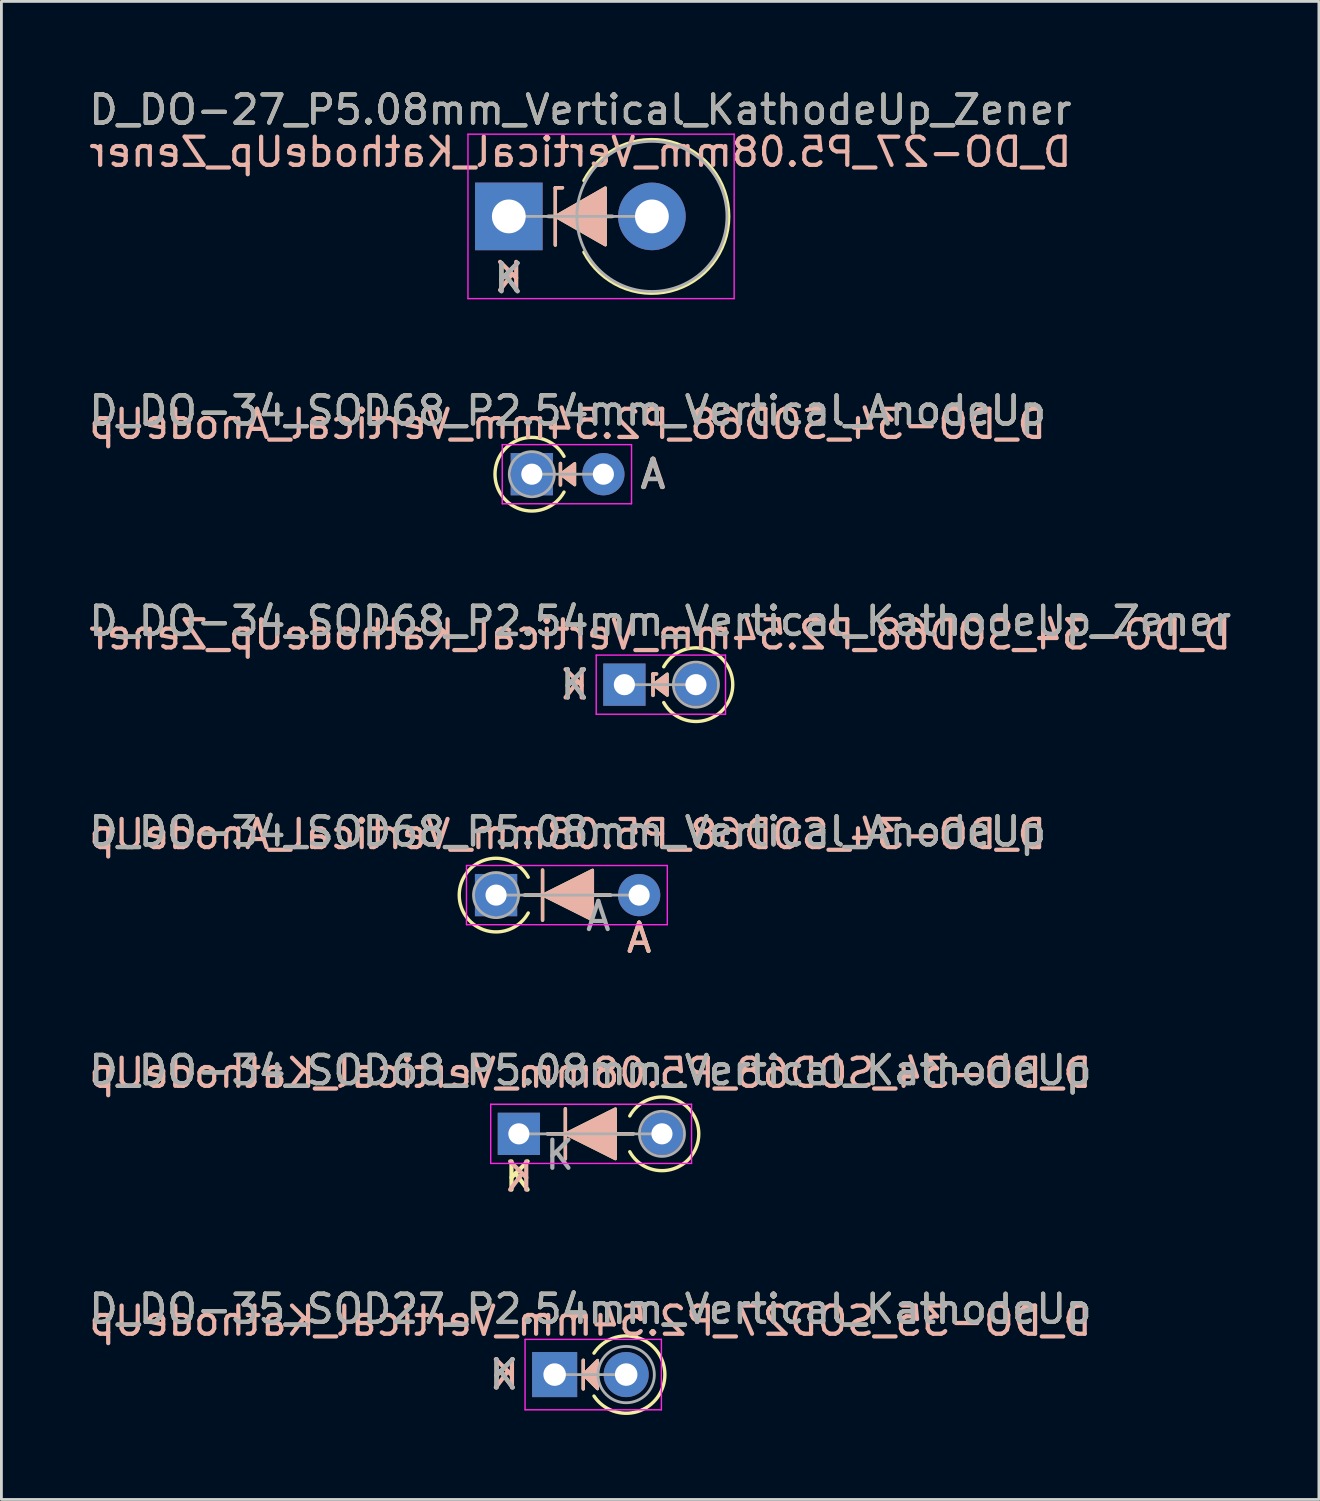
<source format=kicad_pcb>
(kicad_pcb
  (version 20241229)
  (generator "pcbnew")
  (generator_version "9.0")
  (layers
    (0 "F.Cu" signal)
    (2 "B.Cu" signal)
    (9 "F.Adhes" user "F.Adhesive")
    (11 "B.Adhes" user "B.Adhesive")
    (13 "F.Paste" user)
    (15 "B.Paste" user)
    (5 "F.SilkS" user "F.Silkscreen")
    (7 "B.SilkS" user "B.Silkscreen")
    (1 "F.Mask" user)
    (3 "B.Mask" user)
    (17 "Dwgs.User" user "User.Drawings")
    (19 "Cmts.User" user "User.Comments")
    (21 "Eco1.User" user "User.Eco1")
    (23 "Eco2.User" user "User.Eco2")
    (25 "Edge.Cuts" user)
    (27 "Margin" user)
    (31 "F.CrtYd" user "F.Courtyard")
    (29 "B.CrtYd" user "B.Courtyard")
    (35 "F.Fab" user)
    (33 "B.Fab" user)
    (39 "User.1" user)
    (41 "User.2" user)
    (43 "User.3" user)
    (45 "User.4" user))
  (footprint "D_DO-34_SOD68_P2.54mm_Vertical_AnodeUp"
    (layer "F.Cu")
    (at 15.831 13.785)
    (property "Reference" "D_DO-34_SOD68_P2.54mm_Vertical_AnodeUp" (at 1.27 -2.256 0) (layer "F.SilkS") (effects (font (size 1 1) (thickness 0.15))))
    (fp_line (start 1.016 -0.381) (end 1.016 0.381) (stroke (width 0.12) (type solid)) (layer "F.SilkS"))
    (fp_arc (start 1.142999 0.635) (mid -1.307544 0) (end 1.142999 -0.634999) (stroke (width 0.12) (type solid)) (layer "F.SilkS"))
    (fp_poly (pts (xy 1.524 0.381) (xy 1.016 0) (xy 1.524 -0.381)) (stroke (width 0.1) (type solid)) (fill yes) (layer "F.SilkS"))
    (fp_line (start 1.016 0.381) (end 1.016 -0.381) (stroke (width 0.12) (type solid)) (layer "B.SilkS"))
    (fp_poly (pts (xy 1.524 -0.381) (xy 1.016 0) (xy 1.524 0.381)) (stroke (width 0.1) (type solid)) (fill yes) (layer "B.SilkS"))
    (fp_line (start -1.05 -1.05) (end -1.05 1.05) (stroke (width 0.05) (type solid)) (layer "F.CrtYd"))
    (fp_line (start -1.05 1.05) (end 3.54 1.05) (stroke (width 0.05) (type solid)) (layer "F.CrtYd"))
    (fp_line (start 3.54 -1.05) (end -1.05 -1.05) (stroke (width 0.05) (type solid)) (layer "F.CrtYd"))
    (fp_line (start 3.54 1.05) (end 3.54 -1.05) (stroke (width 0.05) (type solid)) (layer "F.CrtYd"))
    (fp_line (start 0 0) (end 2.54 0) (stroke (width 0.1) (type solid)) (layer "F.Fab"))
    (fp_circle (center 0 0) (end 0.8 0) (stroke (width 0.1) (type solid)) (fill no) (layer "F.Fab"))
    (fp_text user "A" (at 4.29 0 0) (layer "F.SilkS") (effects (font (size 1 1) (thickness 0.15))))
    (fp_text user "A" (at 4.318 0 0) (layer "B.SilkS") (effects (font (size 1 1) (thickness 0.15)) (justify mirror)))
    (fp_text user "${REFERENCE}" (at 1.27 -1.778 0) (layer "B.SilkS") (effects (font (size 1 1) (thickness 0.15)) (justify mirror)))
    (fp_text user "${REFERENCE}" (at 1.27 -2.256 0) (layer "F.Fab") (effects (font (size 1 1) (thickness 0.15))))
    (fp_text user "A" (at 4.29 0 0) (layer "F.Fab") (effects (font (size 1 1) (thickness 0.15))))
    (pad "1" thru_hole rect (at 0 0) (size 1.5 1.5) (drill 0.75) (layers "*.Cu" "*.Mask"))
    (pad "2" thru_hole oval (at 2.54 0) (size 1.5 1.5) (drill 0.75) (layers "*.Cu" "*.Mask")))
  (footprint "D_DO-27_P5.08mm_Vertical_KathodeUp_Zener"
    (layer "F.Cu")
    (at 15.014 4.633)
    (property "Reference" "D_DO-27_P5.08mm_Vertical_KathodeUp_Zener" (at 2.54 -3.785 0) (layer "F.SilkS") (effects (font (size 1 1) (thickness 0.15))))
    (fp_line (start 1.397 0) (end 3.683 0) (stroke (width 0.12) (type solid)) (layer "F.SilkS"))
    (fp_line (start 1.651 -1.016) (end 1.651 1.016) (stroke (width 0.12) (type solid)) (layer "F.SilkS"))
    (fp_line (start 1.651 -1.016) (end 1.905 -1.016) (stroke (width 0.12) (type solid)) (layer "F.SilkS"))
    (fp_arc (start 2.667001 -1.27) (mid 7.806805 0) (end 2.667001 1.269999) (stroke (width 0.12) (type solid)) (layer "F.SilkS"))
    (fp_poly (pts (xy 3.429 1.016) (xy 1.651 0) (xy 3.429 -1.016)) (stroke (width 0.1) (type solid)) (fill yes) (layer "F.SilkS"))
    (fp_line (start 1.397 0) (end 3.683 0) (stroke (width 0.12) (type solid)) (layer "B.SilkS"))
    (fp_line (start 1.651 -1.016) (end 1.905 -1.016) (stroke (width 0.12) (type solid)) (layer "B.SilkS"))
    (fp_line (start 1.651 1.016) (end 1.651 -1.016) (stroke (width 0.12) (type solid)) (layer "B.SilkS"))
    (fp_poly (pts (xy 3.429 -1.016) (xy 1.651 0) (xy 3.429 1.016)) (stroke (width 0.1) (type solid)) (fill yes) (layer "B.SilkS"))
    (fp_line (start -1.45 -2.92) (end -1.45 2.92) (stroke (width 0.05) (type solid)) (layer "F.CrtYd"))
    (fp_line (start -1.45 2.92) (end 8 2.92) (stroke (width 0.05) (type solid)) (layer "F.CrtYd"))
    (fp_line (start 8 -2.92) (end -1.45 -2.92) (stroke (width 0.05) (type solid)) (layer "F.CrtYd"))
    (fp_line (start 8 2.92) (end 8 -2.92) (stroke (width 0.05) (type solid)) (layer "F.CrtYd"))
    (fp_line (start 0 0) (end 5.08 0) (stroke (width 0.1) (type solid)) (layer "F.Fab"))
    (fp_circle (center 5.08 0) (end 7.745 0) (stroke (width 0.1) (type solid)) (fill no) (layer "F.Fab"))
    (fp_text user "K" (at 0 2.2 0) (layer "F.SilkS") (effects (font (size 1 1) (thickness 0.15))))
    (fp_text user "K" (at 0 2.159 0) (layer "B.SilkS") (effects (font (size 1 1) (thickness 0.15)) (justify mirror)))
    (fp_text user "${REFERENCE}" (at 2.54 -2.286 0) (layer "B.SilkS") (effects (font (size 1 1) (thickness 0.15)) (justify mirror)))
    (fp_text user "K" (at 0 2.2 0) (layer "F.Fab") (effects (font (size 1 1) (thickness 0.15))))
    (fp_text user "${REFERENCE}" (at 2.54 -3.785 0) (layer "F.Fab") (effects (font (size 1 1) (thickness 0.15))))
    (pad "1" thru_hole rect (at 0 0) (size 2.4 2.4) (drill 1.2) (layers "*.Cu" "*.Mask"))
    (pad "2" thru_hole oval (at 5.08 0) (size 2.4 2.4) (drill 1.2) (layers "*.Cu" "*.Mask")))
  (footprint "D_DO-34_SOD68_P5.08mm_Vertical_KathodeUp"
    (layer "F.Cu")
    (at 15.371 37.204)
    (property "Reference" "D_DO-34_SOD68_P5.08mm_Vertical_KathodeUp" (at 2.54 -2.256 0) (layer "F.SilkS") (effects (font (size 1 1) (thickness 0.15))))
    (fp_line (start 1.651 0.889) (end 1.651 -0.889) (stroke (width 0.12) (type solid)) (layer "F.SilkS"))
    (fp_line (start 4.064 0) (end 1.016 0) (stroke (width 0.12) (type solid)) (layer "F.SilkS"))
    (fp_arc (start 3.937 -0.634999) (mid 6.387543 0.000001) (end 3.937 0.635) (stroke (width 0.12) (type solid)) (layer "F.SilkS"))
    (fp_poly (pts (xy 3.429 0.889) (xy 1.651 0) (xy 3.429 -0.889)) (stroke (width 0.1) (type solid)) (fill yes) (layer "F.SilkS"))
    (fp_line (start 1.651 -0.889) (end 1.651 0.889) (stroke (width 0.12) (type solid)) (layer "B.SilkS"))
    (fp_line (start 4.064 0) (end 1.016 0) (stroke (width 0.12) (type solid)) (layer "B.SilkS"))
    (fp_poly (pts (xy 3.429 -0.889) (xy 1.651 0) (xy 3.429 0.889)) (stroke (width 0.1) (type solid)) (fill yes) (layer "B.SilkS"))
    (fp_line (start -1 -1.05) (end -1 1.05) (stroke (width 0.05) (type solid)) (layer "F.CrtYd"))
    (fp_line (start -1 1.05) (end 6.13 1.05) (stroke (width 0.05) (type solid)) (layer "F.CrtYd"))
    (fp_line (start 6.13 -1.05) (end -1 -1.05) (stroke (width 0.05) (type solid)) (layer "F.CrtYd"))
    (fp_line (start 6.13 1.05) (end 6.13 -1.05) (stroke (width 0.05) (type solid)) (layer "F.CrtYd"))
    (fp_line (start 0 0) (end 5.08 0) (stroke (width 0.1) (type solid)) (layer "F.Fab"))
    (fp_circle (center 5.08 0) (end 5.88 0) (stroke (width 0.1) (type solid)) (fill no) (layer "F.Fab"))
    (fp_text user "K" (at 0 1.524 0) (layer "F.SilkS") (effects (font (size 1 1) (thickness 0.15))))
    (fp_text user "${REFERENCE}" (at 2.54 -2.159 0) (layer "B.SilkS") (effects (font (size 1 1) (thickness 0.15)) (justify mirror)))
    (fp_text user "K" (at 0 1.524 0) (layer "B.SilkS") (effects (font (size 1 1) (thickness 0.15)) (justify mirror)))
    (fp_text user "${REFERENCE}" (at 2.54 -2.256 0) (layer "F.Fab") (effects (font (size 1 1) (thickness 0.15))))
    (fp_text user "K" (at 1.45 0.75 0) (layer "F.Fab") (effects (font (size 1 1) (thickness 0.15))))
    (pad "1" thru_hole rect (at 0 0) (size 1.5 1.5) (drill 0.75) (layers "*.Cu" "*.Mask"))
    (pad "2" thru_hole oval (at 5.08 0) (size 1.5 1.5) (drill 0.75) (layers "*.Cu" "*.Mask")))
  (footprint "D_DO-35_SOD27_P2.54mm_Vertical_KathodeUp"
    (layer "F.Cu")
    (at 16.641 45.751)
    (property "Reference" "D_DO-35_SOD27_P2.54mm_Vertical_KathodeUp" (at 1.27 -2.326 0) (layer "F.SilkS") (effects (font (size 1 1) (thickness 0.15))))
    (fp_line (start 1.016 -0.508) (end 1.016 0.508) (stroke (width 0.12) (type solid)) (layer "F.SilkS"))
    (fp_arc (start 1.397 -0.761998) (mid 3.913713 0.000001) (end 1.397 0.762) (stroke (width 0.12) (type solid)) (layer "F.SilkS"))
    (fp_poly (pts (xy 1.524 0.508) (xy 1.016 0) (xy 1.524 -0.508)) (stroke (width 0.1) (type solid)) (fill yes) (layer "F.SilkS"))
    (fp_line (start 1.016 0.508) (end 1.016 -0.508) (stroke (width 0.12) (type solid)) (layer "B.SilkS"))
    (fp_poly (pts (xy 1.524 -0.508) (xy 1.016 0) (xy 1.524 0.508)) (stroke (width 0.1) (type solid)) (fill yes) (layer "B.SilkS"))
    (fp_line (start -1.05 -1.25) (end -1.05 1.25) (stroke (width 0.05) (type solid)) (layer "F.CrtYd"))
    (fp_line (start -1.05 1.25) (end 3.79 1.25) (stroke (width 0.05) (type solid)) (layer "F.CrtYd"))
    (fp_line (start 3.79 -1.25) (end -1.05 -1.25) (stroke (width 0.05) (type solid)) (layer "F.CrtYd"))
    (fp_line (start 3.79 1.25) (end 3.79 -1.25) (stroke (width 0.05) (type solid)) (layer "F.CrtYd"))
    (fp_line (start 0 0) (end 2.54 0) (stroke (width 0.1) (type solid)) (layer "F.Fab"))
    (fp_circle (center 2.54 0) (end 3.54 0) (stroke (width 0.1) (type solid)) (fill no) (layer "F.Fab"))
    (fp_text user "K" (at -1.8 0 0) (layer "F.SilkS") (effects (font (size 1 1) (thickness 0.15))))
    (fp_text user "${REFERENCE}" (at 1.27 -1.905 0) (layer "B.SilkS") (effects (font (size 1 1) (thickness 0.15)) (justify mirror)))
    (fp_text user "K" (at -1.778 0 0) (layer "B.SilkS") (effects (font (size 1 1) (thickness 0.15)) (justify mirror)))
    (fp_text user "K" (at -1.8 0 0) (layer "F.Fab") (effects (font (size 1 1) (thickness 0.15))))
    (fp_text user "${REFERENCE}" (at 1.27 -2.326 0) (layer "F.Fab") (effects (font (size 1 1) (thickness 0.15))))
    (pad "1" thru_hole rect (at 0 0) (size 1.6 1.6) (drill 0.8) (layers "*.Cu" "*.Mask"))
    (pad "2" thru_hole oval (at 2.54 0) (size 1.6 1.6) (drill 0.8) (layers "*.Cu" "*.Mask")))
  (footprint "D_DO-34_SOD68_P5.08mm_Vertical_AnodeUp"
    (layer "F.Cu")
    (at 14.561 28.728)
    (property "Reference" "D_DO-34_SOD68_P5.08mm_Vertical_AnodeUp" (at 2.54 -2.256 0) (layer "F.SilkS") (effects (font (size 1 1) (thickness 0.15))))
    (fp_line (start 1.651 0.889) (end 1.651 -0.889) (stroke (width 0.12) (type solid)) (layer "F.SilkS"))
    (fp_line (start 4.064 0) (end 1.016 0) (stroke (width 0.12) (type solid)) (layer "F.SilkS"))
    (fp_arc (start 1.142999 0.635) (mid -1.307544 0) (end 1.142999 -0.634999) (stroke (width 0.12) (type solid)) (layer "F.SilkS"))
    (fp_poly (pts (xy 3.429 0.889) (xy 1.651 0) (xy 3.429 -0.889)) (stroke (width 0.1) (type solid)) (fill yes) (layer "F.SilkS"))
    (fp_line (start 1.651 -0.889) (end 1.651 0.889) (stroke (width 0.12) (type solid)) (layer "B.SilkS"))
    (fp_line (start 4.064 0) (end 1.016 0) (stroke (width 0.12) (type solid)) (layer "B.SilkS"))
    (fp_poly (pts (xy 3.429 -0.889) (xy 1.651 0) (xy 3.429 0.889)) (stroke (width 0.1) (type solid)) (fill yes) (layer "B.SilkS"))
    (fp_line (start -1.05 -1.05) (end -1.05 1.05) (stroke (width 0.05) (type solid)) (layer "F.CrtYd"))
    (fp_line (start -1.05 1.05) (end 6.08 1.05) (stroke (width 0.05) (type solid)) (layer "F.CrtYd"))
    (fp_line (start 6.08 -1.05) (end -1.05 -1.05) (stroke (width 0.05) (type solid)) (layer "F.CrtYd"))
    (fp_line (start 6.08 1.05) (end 6.08 -1.05) (stroke (width 0.05) (type solid)) (layer "F.CrtYd"))
    (fp_line (start 0 0) (end 5.08 0) (stroke (width 0.1) (type solid)) (layer "F.Fab"))
    (fp_circle (center 0 0) (end 0.8 0) (stroke (width 0.1) (type solid)) (fill no) (layer "F.Fab"))
    (fp_text user "A" (at 5.08 1.524 0) (layer "F.SilkS") (effects (font (size 1 1) (thickness 0.15))))
    (fp_text user "${REFERENCE}" (at 2.54 -2.159 0) (layer "B.SilkS") (effects (font (size 1 1) (thickness 0.15)) (justify mirror)))
    (fp_text user "A" (at 5.08 1.524 0) (layer "B.SilkS") (effects (font (size 1 1) (thickness 0.15)) (justify mirror)))
    (fp_text user "${REFERENCE}" (at 2.54 -2.256 0) (layer "F.Fab") (effects (font (size 1 1) (thickness 0.15))))
    (fp_text user "A" (at 3.63 0.75 0) (layer "F.Fab") (effects (font (size 1 1) (thickness 0.15))))
    (pad "1" thru_hole rect (at 0 0) (size 1.5 1.5) (drill 0.75) (layers "*.Cu" "*.Mask"))
    (pad "2" thru_hole oval (at 5.08 0) (size 1.5 1.5) (drill 0.75) (layers "*.Cu" "*.Mask")))
  (footprint "D_DO-34_SOD68_P2.54mm_Vertical_KathodeUp_Zener"
    (layer "F.Cu")
    (at 19.117 21.257)
    (property "Reference" "D_DO-34_SOD68_P2.54mm_Vertical_KathodeUp_Zener" (at 1.27 -2.256 0) (layer "F.SilkS") (effects (font (size 1 1) (thickness 0.15))))
    (fp_line (start 1.016 -0.381) (end 1.016 0.381) (stroke (width 0.12) (type solid)) (layer "F.SilkS"))
    (fp_line (start 1.016 -0.381) (end 1.143 -0.381) (stroke (width 0.12) (type solid)) (layer "F.SilkS"))
    (fp_arc (start 1.397 -0.635) (mid 3.847543 0) (end 1.397 0.634999) (stroke (width 0.12) (type solid)) (layer "F.SilkS"))
    (fp_poly (pts (xy 1.524 0.381) (xy 1.016 0) (xy 1.524 -0.381)) (stroke (width 0.1) (type solid)) (fill yes) (layer "F.SilkS"))
    (fp_line (start 1.016 -0.381) (end 1.143 -0.381) (stroke (width 0.12) (type solid)) (layer "B.SilkS"))
    (fp_line (start 1.016 0.381) (end 1.016 -0.381) (stroke (width 0.12) (type solid)) (layer "B.SilkS"))
    (fp_poly (pts (xy 1.524 -0.381) (xy 1.016 0) (xy 1.524 0.381)) (stroke (width 0.1) (type solid)) (fill yes) (layer "B.SilkS"))
    (fp_line (start -1 -1.05) (end -1 1.05) (stroke (width 0.05) (type solid)) (layer "F.CrtYd"))
    (fp_line (start -1 1.05) (end 3.59 1.05) (stroke (width 0.05) (type solid)) (layer "F.CrtYd"))
    (fp_line (start 3.59 -1.05) (end -1 -1.05) (stroke (width 0.05) (type solid)) (layer "F.CrtYd"))
    (fp_line (start 3.59 1.05) (end 3.59 -1.05) (stroke (width 0.05) (type solid)) (layer "F.CrtYd"))
    (fp_line (start 0 0) (end 2.54 0) (stroke (width 0.1) (type solid)) (layer "F.Fab"))
    (fp_circle (center 2.54 0) (end 3.34 0) (stroke (width 0.1) (type solid)) (fill no) (layer "F.Fab"))
    (fp_text user "K" (at -1.75 0 0) (layer "F.SilkS") (effects (font (size 1 1) (thickness 0.15))))
    (fp_text user "${REFERENCE}" (at 1.27 -1.778 0) (layer "B.SilkS") (effects (font (size 1 1) (thickness 0.15)) (justify mirror)))
    (fp_text user "K" (at -1.778 0 0) (layer "B.SilkS") (effects (font (size 1 1) (thickness 0.15)) (justify mirror)))
    (fp_text user "K" (at -1.75 0 0) (layer "F.Fab") (effects (font (size 1 1) (thickness 0.15))))
    (fp_text user "${REFERENCE}" (at 1.27 -2.256 0) (layer "F.Fab") (effects (font (size 1 1) (thickness 0.15))))
    (pad "1" thru_hole rect (at 0 0) (size 1.5 1.5) (drill 0.75) (layers "*.Cu" "*.Mask"))
    (pad "2" thru_hole oval (at 2.54 0) (size 1.5 1.5) (drill 0.75) (layers "*.Cu" "*.Mask")))
  (gr_rect
    (start -3 -3)
    (end 43.774 50.185)
    (stroke (width 0.1) (type default))
    (fill no)
    (layer "Edge.Cuts")))
</source>
